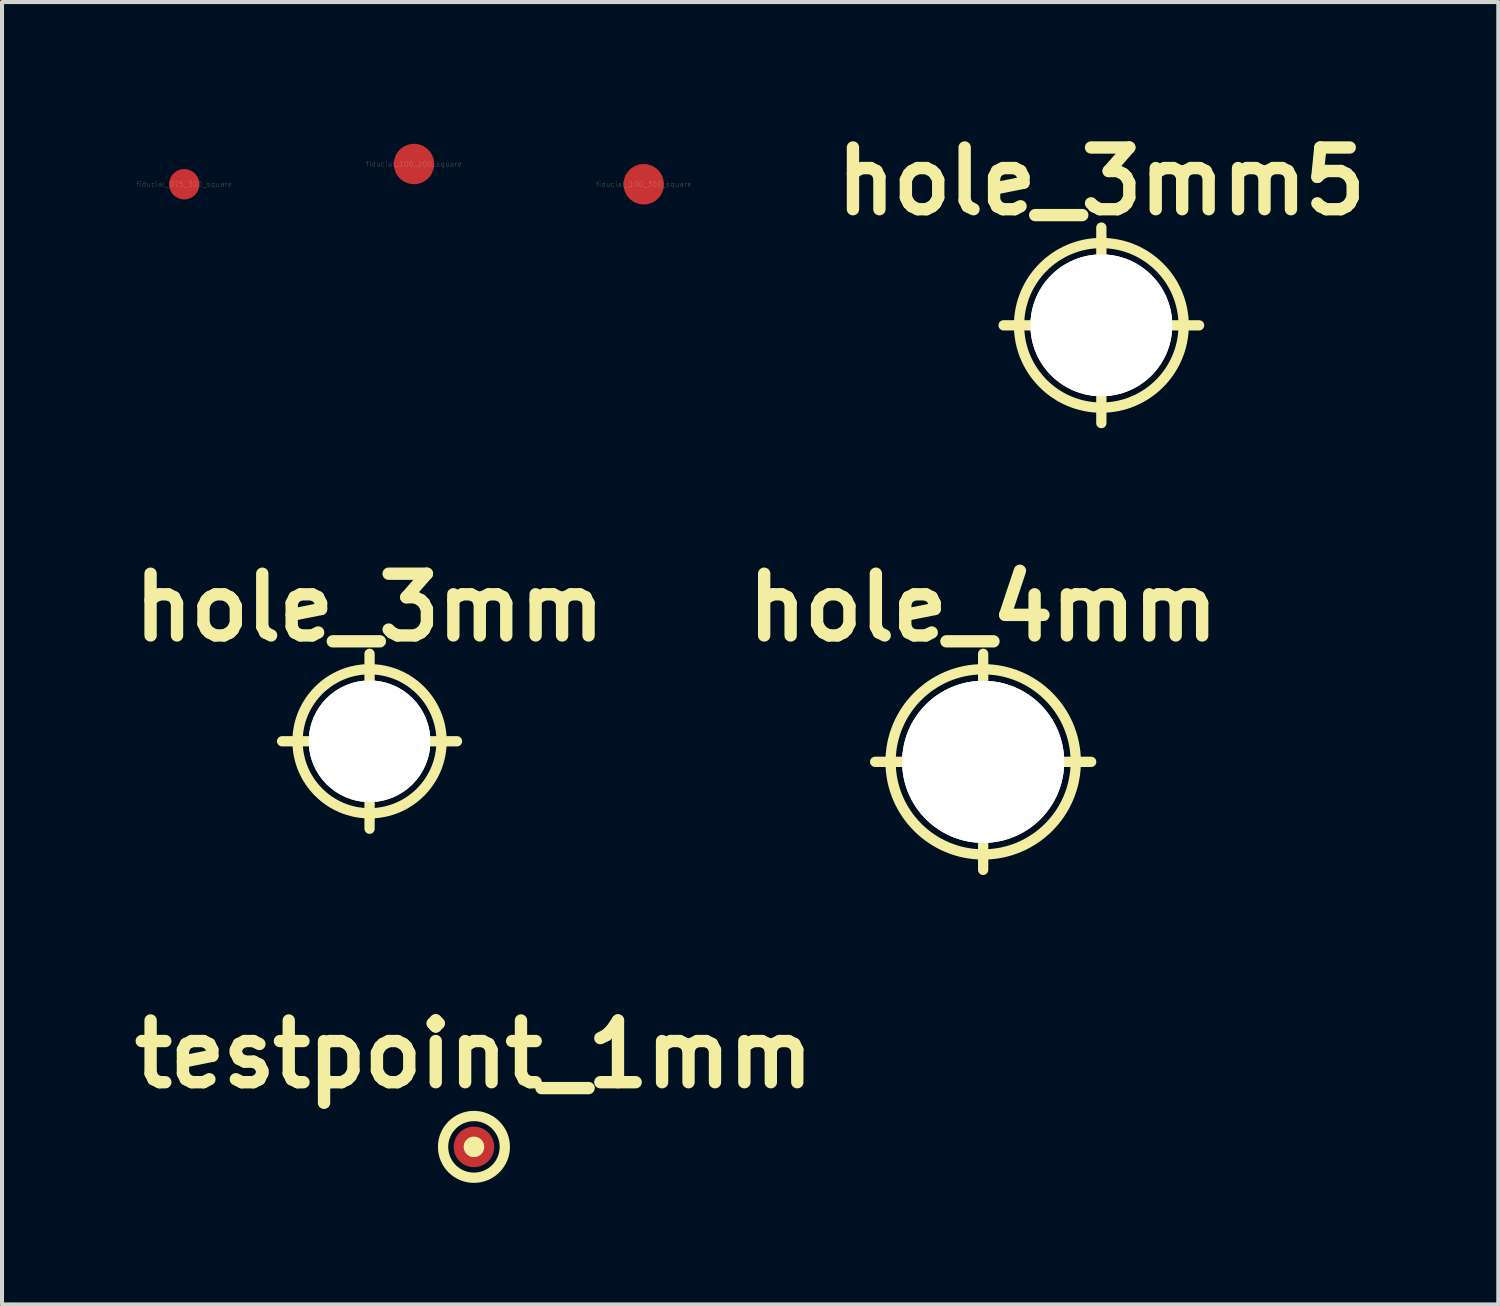
<source format=kicad_pcb>
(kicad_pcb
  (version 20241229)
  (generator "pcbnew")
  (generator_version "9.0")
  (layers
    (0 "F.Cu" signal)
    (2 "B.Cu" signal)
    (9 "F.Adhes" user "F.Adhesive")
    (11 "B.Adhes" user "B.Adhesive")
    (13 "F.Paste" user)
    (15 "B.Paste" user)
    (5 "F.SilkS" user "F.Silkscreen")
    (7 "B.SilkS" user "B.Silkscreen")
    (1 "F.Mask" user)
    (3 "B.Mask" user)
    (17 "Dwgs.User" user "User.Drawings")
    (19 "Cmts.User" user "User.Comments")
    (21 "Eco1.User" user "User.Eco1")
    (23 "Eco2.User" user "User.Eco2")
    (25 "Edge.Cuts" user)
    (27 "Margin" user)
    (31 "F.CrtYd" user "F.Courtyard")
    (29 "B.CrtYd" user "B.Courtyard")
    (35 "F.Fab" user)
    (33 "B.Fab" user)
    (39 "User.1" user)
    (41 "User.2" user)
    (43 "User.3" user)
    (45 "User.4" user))
  (footprint "fiducial_100_200_square"
    (layer "F.Cu")
    (at 7.171 0.999)
    (property "Reference" "fiducial_100_200_square" (at 0 0 0) (layer "F.SilkS") (effects (font (size 0.127 0.127) (thickness 0.003))))
    (attr through_hole)
    (pad "" smd rect (at 0 0) (size 1.999 1.999) (layers "F.Mask"))
    (pad "1" smd circle (at 0 0) (size 0.996 0.996) (layers "F.Cu" "F.Mask")))
  (footprint "hole_4mm"
    (layer "F.Cu")
    (at 21.223 15.759)
    (property "Reference" "hole_4mm" (at 0 -3.81 0) (layer "F.SilkS") (effects (font (size 1.524 1.524) (thickness 0.305))))
    (attr through_hole)
    (fp_line (start -2.667 0) (end 2.667 0) (stroke (width 0.254) (type solid)) (layer "F.SilkS"))
    (fp_line (start 0 -2.667) (end 0 2.667) (stroke (width 0.254) (type solid)) (layer "F.SilkS"))
    (fp_circle (center 0 0) (end 2.286 0) (stroke (width 0.254) (type solid)) (fill no) (layer "F.SilkS"))
    (pad "1" thru_hole circle (at 0 0) (size 4 4) (drill 4) (layers "*.Cu" "F.SilkS")))
  (footprint "fiducial_075_300_square"
    (layer "F.Cu")
    (at 1.499 1.499)
    (property "Reference" "fiducial_075_300_square" (at 0 0 0) (layer "F.SilkS") (effects (font (size 0.127 0.127) (thickness 0.003))))
    (attr through_hole)
    (pad "" smd rect (at 0 0) (size 2.997 2.997) (layers "F.Mask"))
    (pad "1" smd circle (at 0 0) (size 0.749 0.749) (layers "F.Cu" "F.Mask")))
  (footprint "testpoint_1mm"
    (layer "F.Cu")
    (at 8.651 25.265)
    (property "Reference" "testpoint_1mm" (at 0 -2.286 0) (layer "F.SilkS") (effects (font (size 1.524 1.524) (thickness 0.305))))
    (attr through_hole)
    (fp_circle (center 0 0) (end 0.127 0) (stroke (width 0.254) (type solid)) (fill no) (layer "F.SilkS"))
    (fp_circle (center 0 0) (end 0.762 0) (stroke (width 0.254) (type solid)) (fill no) (layer "F.SilkS"))
    (pad "1" smd circle (at 0 0) (size 1.001 1.001) (layers "F.Cu" "F.Mask" "F.Paste")))
  (footprint "hole_3mm5"
    (layer "F.Cu")
    (at 24.141 4.982)
    (property "Reference" "hole_3mm5" (at 0 -3.556 0) (layer "F.SilkS") (effects (font (size 1.524 1.524) (thickness 0.305))))
    (attr through_hole)
    (fp_line (start -2.413 0) (end 2.413 0) (stroke (width 0.254) (type solid)) (layer "F.SilkS"))
    (fp_line (start 0 -2.413) (end 0 2.413) (stroke (width 0.254) (type solid)) (layer "F.SilkS"))
    (fp_circle (center 0 0) (end 2.032 0) (stroke (width 0.254) (type solid)) (fill no) (layer "F.SilkS"))
    (pad "1" thru_hole circle (at 0 0) (size 3.5 3.5) (drill 3.5) (layers "*.Cu" "F.SilkS")))
  (footprint "hole_3mm"
    (layer "F.Cu")
    (at 6.074 15.251)
    (property "Reference" "hole_3mm" (at 0 -3.302 0) (layer "F.SilkS") (effects (font (size 1.524 1.524) (thickness 0.305))))
    (attr through_hole)
    (fp_line (start -2.159 0) (end 2.159 0) (stroke (width 0.254) (type solid)) (layer "F.SilkS"))
    (fp_line (start 0 -2.159) (end 0 2.159) (stroke (width 0.254) (type solid)) (layer "F.SilkS"))
    (fp_circle (center 0 0) (end 1.778 0) (stroke (width 0.254) (type solid)) (fill no) (layer "F.SilkS"))
    (pad "1" thru_hole circle (at 0 0) (size 3 3) (drill 3) (layers "*.Cu" "F.SilkS")))
  (footprint "fiducial_100_300_square"
    (layer "F.Cu")
    (at 12.843 1.499)
    (property "Reference" "fiducial_100_300_square" (at 0 0 0) (layer "F.SilkS") (effects (font (size 0.127 0.127) (thickness 0.003))))
    (attr through_hole)
    (pad "" smd rect (at 0 0) (size 2.997 2.997) (layers "F.Mask"))
    (pad "1" smd circle (at 0 0) (size 0.998 0.998) (layers "F.Cu" "F.Mask")))
  (gr_rect
    (start -3 -3)
    (end 33.941 29.154)
    (stroke (width 0.1) (type default))
    (fill no)
    (layer "Edge.Cuts")))
</source>
